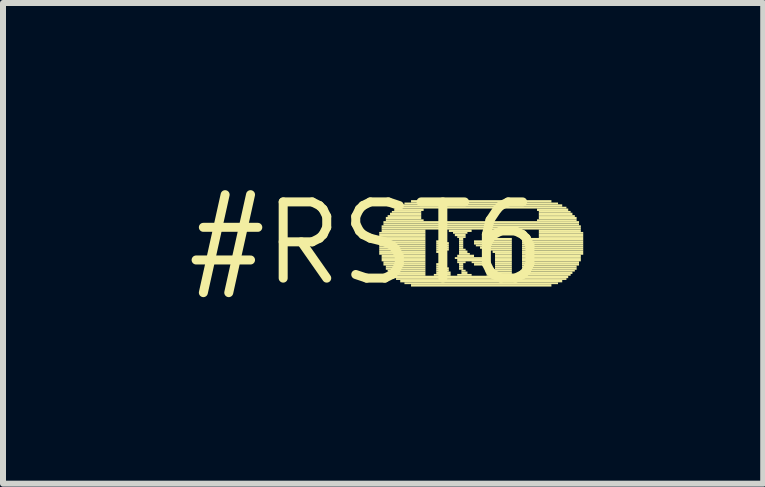
<source format=kicad_pcb>
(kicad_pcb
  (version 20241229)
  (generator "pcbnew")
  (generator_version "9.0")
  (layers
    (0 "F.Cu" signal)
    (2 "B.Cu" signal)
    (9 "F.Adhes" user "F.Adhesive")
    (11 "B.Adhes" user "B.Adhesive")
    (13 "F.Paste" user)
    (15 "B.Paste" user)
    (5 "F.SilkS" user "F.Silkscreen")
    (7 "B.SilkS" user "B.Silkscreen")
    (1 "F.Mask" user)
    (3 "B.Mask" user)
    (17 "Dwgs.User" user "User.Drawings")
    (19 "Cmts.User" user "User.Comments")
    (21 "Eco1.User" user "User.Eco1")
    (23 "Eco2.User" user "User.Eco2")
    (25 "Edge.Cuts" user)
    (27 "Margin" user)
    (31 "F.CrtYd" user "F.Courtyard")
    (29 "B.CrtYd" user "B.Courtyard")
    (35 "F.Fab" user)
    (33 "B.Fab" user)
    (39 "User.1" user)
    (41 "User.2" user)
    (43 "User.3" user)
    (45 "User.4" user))
  (footprint "#RST6"
    (layer "F.Cu")
    (at 3.061 1.006)
    (property "Reference" "#RST6" (at 0 0 0) (layer "F.SilkS") (effects (font (size 1.27 1.27) (thickness 0.15))))
    (fp_poly (pts (xy 0.21 -0.16) (xy 0.98 -0.16) (xy 0.98 -0.19) (xy 0.21 -0.19)) (stroke (width 0) (type default)) (fill yes) (layer "F.SilkS"))
    (fp_poly (pts (xy 0.21 -0.12) (xy 0.98 -0.12) (xy 0.98 -0.16) (xy 0.21 -0.16)) (stroke (width 0) (type default)) (fill yes) (layer "F.SilkS"))
    (fp_poly (pts (xy 0.21 -0.09) (xy 0.98 -0.09) (xy 0.98 -0.12) (xy 0.21 -0.12)) (stroke (width 0) (type default)) (fill yes) (layer "F.SilkS"))
    (fp_poly (pts (xy 0.21 -0.05) (xy 0.98 -0.05) (xy 0.98 -0.09) (xy 0.21 -0.09)) (stroke (width 0) (type default)) (fill yes) (layer "F.SilkS"))
    (fp_poly (pts (xy 0.21 -0.02) (xy 0.98 -0.02) (xy 0.98 -0.05) (xy 0.21 -0.05)) (stroke (width 0) (type default)) (fill yes) (layer "F.SilkS"))
    (fp_poly (pts (xy 0.21 0.02) (xy 0.98 0.02) (xy 0.98 -0.02) (xy 0.21 -0.02)) (stroke (width 0) (type default)) (fill yes) (layer "F.SilkS"))
    (fp_poly (pts (xy 0.21 0.05) (xy 0.98 0.05) (xy 0.98 0.02) (xy 0.21 0.02)) (stroke (width 0) (type default)) (fill yes) (layer "F.SilkS"))
    (fp_poly (pts (xy 0.21 0.09) (xy 0.98 0.09) (xy 0.98 0.05) (xy 0.21 0.05)) (stroke (width 0) (type default)) (fill yes) (layer "F.SilkS"))
    (fp_poly (pts (xy 0.21 0.12) (xy 0.98 0.12) (xy 0.98 0.09) (xy 0.21 0.09)) (stroke (width 0) (type default)) (fill yes) (layer "F.SilkS"))
    (fp_poly (pts (xy 0.21 0.16) (xy 0.98 0.16) (xy 0.98 0.12) (xy 0.21 0.12)) (stroke (width 0) (type default)) (fill yes) (layer "F.SilkS"))
    (fp_poly (pts (xy 0.21 0.19) (xy 0.98 0.19) (xy 0.98 0.16) (xy 0.21 0.16)) (stroke (width 0) (type default)) (fill yes) (layer "F.SilkS"))
    (fp_poly (pts (xy 0.25 -0.26) (xy 3.57 -0.26) (xy 3.57 -0.3) (xy 0.25 -0.3)) (stroke (width 0) (type default)) (fill yes) (layer "F.SilkS"))
    (fp_poly (pts (xy 0.25 -0.23) (xy 3.57 -0.23) (xy 3.57 -0.26) (xy 0.25 -0.26)) (stroke (width 0) (type default)) (fill yes) (layer "F.SilkS"))
    (fp_poly (pts (xy 0.25 -0.19) (xy 0.98 -0.19) (xy 0.98 -0.23) (xy 0.25 -0.23)) (stroke (width 0) (type default)) (fill yes) (layer "F.SilkS"))
    (fp_poly (pts (xy 0.25 0.23) (xy 0.98 0.23) (xy 0.98 0.19) (xy 0.25 0.19)) (stroke (width 0) (type default)) (fill yes) (layer "F.SilkS"))
    (fp_poly (pts (xy 0.25 0.26) (xy 0.98 0.26) (xy 0.98 0.23) (xy 0.25 0.23)) (stroke (width 0) (type default)) (fill yes) (layer "F.SilkS"))
    (fp_poly (pts (xy 0.25 0.3) (xy 0.98 0.3) (xy 0.98 0.26) (xy 0.25 0.26)) (stroke (width 0) (type default)) (fill yes) (layer "F.SilkS"))
    (fp_poly (pts (xy 0.28 -0.33) (xy 3.54 -0.33) (xy 3.54 -0.37) (xy 0.28 -0.37)) (stroke (width 0) (type default)) (fill yes) (layer "F.SilkS"))
    (fp_poly (pts (xy 0.28 -0.3) (xy 3.54 -0.3) (xy 3.54 -0.33) (xy 0.28 -0.33)) (stroke (width 0) (type default)) (fill yes) (layer "F.SilkS"))
    (fp_poly (pts (xy 0.28 0.33) (xy 0.98 0.33) (xy 0.98 0.3) (xy 0.28 0.3)) (stroke (width 0) (type default)) (fill yes) (layer "F.SilkS"))
    (fp_poly (pts (xy 0.28 0.37) (xy 0.98 0.37) (xy 0.98 0.33) (xy 0.28 0.33)) (stroke (width 0) (type default)) (fill yes) (layer "F.SilkS"))
    (fp_poly (pts (xy 0.32 -0.4) (xy 0.91 -0.4) (xy 0.91 -0.44) (xy 0.32 -0.44)) (stroke (width 0) (type default)) (fill yes) (layer "F.SilkS"))
    (fp_poly (pts (xy 0.32 -0.37) (xy 0.95 -0.37) (xy 0.95 -0.4) (xy 0.32 -0.4)) (stroke (width 0) (type default)) (fill yes) (layer "F.SilkS"))
    (fp_poly (pts (xy 0.32 0.4) (xy 0.98 0.4) (xy 0.98 0.37) (xy 0.32 0.37)) (stroke (width 0) (type default)) (fill yes) (layer "F.SilkS"))
    (fp_poly (pts (xy 0.32 0.44) (xy 0.98 0.44) (xy 0.98 0.4) (xy 0.32 0.4)) (stroke (width 0) (type default)) (fill yes) (layer "F.SilkS"))
    (fp_poly (pts (xy 0.35 -0.44) (xy 0.91 -0.44) (xy 0.91 -0.47) (xy 0.35 -0.47)) (stroke (width 0) (type default)) (fill yes) (layer "F.SilkS"))
    (fp_poly (pts (xy 0.35 0.47) (xy 0.98 0.47) (xy 0.98 0.44) (xy 0.35 0.44)) (stroke (width 0) (type default)) (fill yes) (layer "F.SilkS"))
    (fp_poly (pts (xy 0.39 -0.47) (xy 0.91 -0.47) (xy 0.91 -0.51) (xy 0.39 -0.51)) (stroke (width 0) (type default)) (fill yes) (layer "F.SilkS"))
    (fp_poly (pts (xy 0.39 0.51) (xy 0.98 0.51) (xy 0.98 0.47) (xy 0.39 0.47)) (stroke (width 0) (type default)) (fill yes) (layer "F.SilkS"))
    (fp_poly (pts (xy 0.42 -0.51) (xy 0.91 -0.51) (xy 0.91 -0.54) (xy 0.42 -0.54)) (stroke (width 0) (type default)) (fill yes) (layer "F.SilkS"))
    (fp_poly (pts (xy 0.42 0.54) (xy 0.98 0.54) (xy 0.98 0.51) (xy 0.42 0.51)) (stroke (width 0) (type default)) (fill yes) (layer "F.SilkS"))
    (fp_poly (pts (xy 0.46 -0.54) (xy 0.95 -0.54) (xy 0.95 -0.58) (xy 0.46 -0.58)) (stroke (width 0) (type default)) (fill yes) (layer "F.SilkS"))
    (fp_poly (pts (xy 0.46 0.58) (xy 3.36 0.58) (xy 3.36 0.54) (xy 0.46 0.54)) (stroke (width 0) (type default)) (fill yes) (layer "F.SilkS"))
    (fp_poly (pts (xy 0.49 -0.58) (xy 3.33 -0.58) (xy 3.33 -0.61) (xy 0.49 -0.61)) (stroke (width 0) (type default)) (fill yes) (layer "F.SilkS"))
    (fp_poly (pts (xy 0.49 0.61) (xy 3.33 0.61) (xy 3.33 0.58) (xy 0.49 0.58)) (stroke (width 0) (type default)) (fill yes) (layer "F.SilkS"))
    (fp_poly (pts (xy 0.56 -0.61) (xy 3.26 -0.61) (xy 3.26 -0.65) (xy 0.56 -0.65)) (stroke (width 0) (type default)) (fill yes) (layer "F.SilkS"))
    (fp_poly (pts (xy 0.56 0.65) (xy 3.26 0.65) (xy 3.26 0.61) (xy 0.56 0.61)) (stroke (width 0) (type default)) (fill yes) (layer "F.SilkS"))
    (fp_poly (pts (xy 0.63 -0.65) (xy 3.19 -0.65) (xy 3.19 -0.68) (xy 0.63 -0.68)) (stroke (width 0) (type default)) (fill yes) (layer "F.SilkS"))
    (fp_poly (pts (xy 0.63 0.68) (xy 3.19 0.68) (xy 3.19 0.65) (xy 0.63 0.65)) (stroke (width 0) (type default)) (fill yes) (layer "F.SilkS"))
    (fp_poly (pts (xy 0.74 -0.68) (xy 3.08 -0.68) (xy 3.08 -0.72) (xy 0.74 -0.72)) (stroke (width 0) (type default)) (fill yes) (layer "F.SilkS"))
    (fp_poly (pts (xy 0.74 0.72) (xy 3.08 0.72) (xy 3.08 0.68) (xy 0.74 0.68)) (stroke (width 0) (type default)) (fill yes) (layer "F.SilkS"))
    (fp_poly (pts (xy 1.12 0.54) (xy 1.4 0.54) (xy 1.4 0.51) (xy 1.12 0.51)) (stroke (width 0) (type default)) (fill yes) (layer "F.SilkS"))
    (fp_poly (pts (xy 1.16 -0.02) (xy 1.33 -0.02) (xy 1.33 -0.05) (xy 1.16 -0.05)) (stroke (width 0) (type default)) (fill yes) (layer "F.SilkS"))
    (fp_poly (pts (xy 1.16 0.02) (xy 1.37 0.02) (xy 1.37 -0.02) (xy 1.16 -0.02)) (stroke (width 0) (type default)) (fill yes) (layer "F.SilkS"))
    (fp_poly (pts (xy 1.16 0.05) (xy 1.37 0.05) (xy 1.37 0.02) (xy 1.16 0.02)) (stroke (width 0) (type default)) (fill yes) (layer "F.SilkS"))
    (fp_poly (pts (xy 1.16 0.09) (xy 1.37 0.09) (xy 1.37 0.05) (xy 1.16 0.05)) (stroke (width 0) (type default)) (fill yes) (layer "F.SilkS"))
    (fp_poly (pts (xy 1.16 0.12) (xy 1.37 0.12) (xy 1.37 0.09) (xy 1.16 0.09)) (stroke (width 0) (type default)) (fill yes) (layer "F.SilkS"))
    (fp_poly (pts (xy 1.16 0.16) (xy 1.33 0.16) (xy 1.33 0.12) (xy 1.16 0.12)) (stroke (width 0) (type default)) (fill yes) (layer "F.SilkS"))
    (fp_poly (pts (xy 1.16 0.37) (xy 1.33 0.37) (xy 1.33 0.33) (xy 1.16 0.33)) (stroke (width 0) (type default)) (fill yes) (layer "F.SilkS"))
    (fp_poly (pts (xy 1.16 0.4) (xy 1.33 0.4) (xy 1.33 0.37) (xy 1.16 0.37)) (stroke (width 0) (type default)) (fill yes) (layer "F.SilkS"))
    (fp_poly (pts (xy 1.16 0.44) (xy 1.37 0.44) (xy 1.37 0.4) (xy 1.16 0.4)) (stroke (width 0) (type default)) (fill yes) (layer "F.SilkS"))
    (fp_poly (pts (xy 1.16 0.47) (xy 1.37 0.47) (xy 1.37 0.44) (xy 1.16 0.44)) (stroke (width 0) (type default)) (fill yes) (layer "F.SilkS"))
    (fp_poly (pts (xy 1.16 0.51) (xy 1.4 0.51) (xy 1.4 0.47) (xy 1.16 0.47)) (stroke (width 0) (type default)) (fill yes) (layer "F.SilkS"))
    (fp_poly (pts (xy 1.37 -0.19) (xy 1.75 -0.19) (xy 1.75 -0.23) (xy 1.37 -0.23)) (stroke (width 0) (type default)) (fill yes) (layer "F.SilkS"))
    (fp_poly (pts (xy 1.44 -0.16) (xy 1.68 -0.16) (xy 1.68 -0.19) (xy 1.44 -0.19)) (stroke (width 0) (type default)) (fill yes) (layer "F.SilkS"))
    (fp_poly (pts (xy 1.47 -0.12) (xy 1.65 -0.12) (xy 1.65 -0.16) (xy 1.47 -0.16)) (stroke (width 0) (type default)) (fill yes) (layer "F.SilkS"))
    (fp_poly (pts (xy 1.47 0.26) (xy 1.93 0.26) (xy 1.93 0.23) (xy 1.47 0.23)) (stroke (width 0) (type default)) (fill yes) (layer "F.SilkS"))
    (fp_poly (pts (xy 1.51 -0.09) (xy 1.65 -0.09) (xy 1.65 -0.12) (xy 1.51 -0.12)) (stroke (width 0) (type default)) (fill yes) (layer "F.SilkS"))
    (fp_poly (pts (xy 1.51 0.23) (xy 1.79 0.23) (xy 1.79 0.19) (xy 1.51 0.19)) (stroke (width 0) (type default)) (fill yes) (layer "F.SilkS"))
    (fp_poly (pts (xy 1.51 0.3) (xy 1.96 0.3) (xy 1.96 0.26) (xy 1.51 0.26)) (stroke (width 0) (type default)) (fill yes) (layer "F.SilkS"))
    (fp_poly (pts (xy 1.51 0.33) (xy 1.65 0.33) (xy 1.65 0.3) (xy 1.51 0.3)) (stroke (width 0) (type default)) (fill yes) (layer "F.SilkS"))
    (fp_poly (pts (xy 1.51 0.54) (xy 1.75 0.54) (xy 1.75 0.51) (xy 1.51 0.51)) (stroke (width 0) (type default)) (fill yes) (layer "F.SilkS"))
    (fp_poly (pts (xy 1.54 -0.05) (xy 1.61 -0.05) (xy 1.61 -0.09) (xy 1.54 -0.09)) (stroke (width 0) (type default)) (fill yes) (layer "F.SilkS"))
    (fp_poly (pts (xy 1.54 -0.02) (xy 1.61 -0.02) (xy 1.61 -0.05) (xy 1.54 -0.05)) (stroke (width 0) (type default)) (fill yes) (layer "F.SilkS"))
    (fp_poly (pts (xy 1.54 0.02) (xy 1.61 0.02) (xy 1.61 -0.02) (xy 1.54 -0.02)) (stroke (width 0) (type default)) (fill yes) (layer "F.SilkS"))
    (fp_poly (pts (xy 1.54 0.05) (xy 1.61 0.05) (xy 1.61 0.02) (xy 1.54 0.02)) (stroke (width 0) (type default)) (fill yes) (layer "F.SilkS"))
    (fp_poly (pts (xy 1.54 0.09) (xy 1.61 0.09) (xy 1.61 0.05) (xy 1.54 0.05)) (stroke (width 0) (type default)) (fill yes) (layer "F.SilkS"))
    (fp_poly (pts (xy 1.54 0.12) (xy 1.65 0.12) (xy 1.65 0.09) (xy 1.54 0.09)) (stroke (width 0) (type default)) (fill yes) (layer "F.SilkS"))
    (fp_poly (pts (xy 1.54 0.16) (xy 1.68 0.16) (xy 1.68 0.12) (xy 1.54 0.12)) (stroke (width 0) (type default)) (fill yes) (layer "F.SilkS"))
    (fp_poly (pts (xy 1.54 0.19) (xy 1.72 0.19) (xy 1.72 0.16) (xy 1.54 0.16)) (stroke (width 0) (type default)) (fill yes) (layer "F.SilkS"))
    (fp_poly (pts (xy 1.54 0.37) (xy 1.61 0.37) (xy 1.61 0.33) (xy 1.54 0.33)) (stroke (width 0) (type default)) (fill yes) (layer "F.SilkS"))
    (fp_poly (pts (xy 1.54 0.4) (xy 1.61 0.4) (xy 1.61 0.37) (xy 1.54 0.37)) (stroke (width 0) (type default)) (fill yes) (layer "F.SilkS"))
    (fp_poly (pts (xy 1.54 0.44) (xy 1.61 0.44) (xy 1.61 0.4) (xy 1.54 0.4)) (stroke (width 0) (type default)) (fill yes) (layer "F.SilkS"))
    (fp_poly (pts (xy 1.58 0.47) (xy 1.65 0.47) (xy 1.65 0.44) (xy 1.58 0.44)) (stroke (width 0) (type default)) (fill yes) (layer "F.SilkS"))
    (fp_poly (pts (xy 1.58 0.51) (xy 1.68 0.51) (xy 1.68 0.47) (xy 1.58 0.47)) (stroke (width 0) (type default)) (fill yes) (layer "F.SilkS"))
    (fp_poly (pts (xy 1.75 0.33) (xy 1.96 0.33) (xy 1.96 0.3) (xy 1.75 0.3)) (stroke (width 0) (type default)) (fill yes) (layer "F.SilkS"))
    (fp_poly (pts (xy 1.79 -0.02) (xy 1.96 -0.02) (xy 1.96 -0.05) (xy 1.79 -0.05)) (stroke (width 0) (type default)) (fill yes) (layer "F.SilkS"))
    (fp_poly (pts (xy 1.79 0.02) (xy 2.42 0.02) (xy 2.42 -0.02) (xy 1.79 -0.02)) (stroke (width 0) (type default)) (fill yes) (layer "F.SilkS"))
    (fp_poly (pts (xy 1.79 0.37) (xy 1.96 0.37) (xy 1.96 0.33) (xy 1.79 0.33)) (stroke (width 0) (type default)) (fill yes) (layer "F.SilkS"))
    (fp_poly (pts (xy 1.82 0.05) (xy 2.42 0.05) (xy 2.42 0.02) (xy 1.82 0.02)) (stroke (width 0) (type default)) (fill yes) (layer "F.SilkS"))
    (fp_poly (pts (xy 1.89 0.09) (xy 2.42 0.09) (xy 2.42 0.05) (xy 1.89 0.05)) (stroke (width 0) (type default)) (fill yes) (layer "F.SilkS"))
    (fp_poly (pts (xy 2 0.54) (xy 2.45 0.54) (xy 2.45 0.51) (xy 2 0.51)) (stroke (width 0) (type default)) (fill yes) (layer "F.SilkS"))
    (fp_poly (pts (xy 2.03 -0.19) (xy 2.17 -0.19) (xy 2.17 -0.23) (xy 2.03 -0.23)) (stroke (width 0) (type default)) (fill yes) (layer "F.SilkS"))
    (fp_poly (pts (xy 2.03 0.12) (xy 2.42 0.12) (xy 2.42 0.09) (xy 2.03 0.09)) (stroke (width 0) (type default)) (fill yes) (layer "F.SilkS"))
    (fp_poly (pts (xy 2.07 -0.16) (xy 2.14 -0.16) (xy 2.14 -0.19) (xy 2.07 -0.19)) (stroke (width 0) (type default)) (fill yes) (layer "F.SilkS"))
    (fp_poly (pts (xy 2.07 -0.02) (xy 2.42 -0.02) (xy 2.42 -0.05) (xy 2.07 -0.05)) (stroke (width 0) (type default)) (fill yes) (layer "F.SilkS"))
    (fp_poly (pts (xy 2.07 0.51) (xy 2.42 0.51) (xy 2.42 0.47) (xy 2.07 0.47)) (stroke (width 0) (type default)) (fill yes) (layer "F.SilkS"))
    (fp_poly (pts (xy 2.1 -0.12) (xy 2.14 -0.12) (xy 2.14 -0.16) (xy 2.1 -0.16)) (stroke (width 0) (type default)) (fill yes) (layer "F.SilkS"))
    (fp_poly (pts (xy 2.1 -0.09) (xy 2.17 -0.09) (xy 2.17 -0.12) (xy 2.1 -0.12)) (stroke (width 0) (type default)) (fill yes) (layer "F.SilkS"))
    (fp_poly (pts (xy 2.1 -0.05) (xy 2.42 -0.05) (xy 2.42 -0.09) (xy 2.1 -0.09)) (stroke (width 0) (type default)) (fill yes) (layer "F.SilkS"))
    (fp_poly (pts (xy 2.1 0.16) (xy 2.42 0.16) (xy 2.42 0.12) (xy 2.1 0.12)) (stroke (width 0) (type default)) (fill yes) (layer "F.SilkS"))
    (fp_poly (pts (xy 2.1 0.47) (xy 2.42 0.47) (xy 2.42 0.44) (xy 2.1 0.44)) (stroke (width 0) (type default)) (fill yes) (layer "F.SilkS"))
    (fp_poly (pts (xy 2.14 0.19) (xy 2.42 0.19) (xy 2.42 0.16) (xy 2.14 0.16)) (stroke (width 0) (type default)) (fill yes) (layer "F.SilkS"))
    (fp_poly (pts (xy 2.14 0.23) (xy 2.42 0.23) (xy 2.42 0.19) (xy 2.14 0.19)) (stroke (width 0) (type default)) (fill yes) (layer "F.SilkS"))
    (fp_poly (pts (xy 2.14 0.26) (xy 2.42 0.26) (xy 2.42 0.23) (xy 2.14 0.23)) (stroke (width 0) (type default)) (fill yes) (layer "F.SilkS"))
    (fp_poly (pts (xy 2.14 0.3) (xy 2.42 0.3) (xy 2.42 0.26) (xy 2.14 0.26)) (stroke (width 0) (type default)) (fill yes) (layer "F.SilkS"))
    (fp_poly (pts (xy 2.14 0.33) (xy 2.42 0.33) (xy 2.42 0.3) (xy 2.14 0.3)) (stroke (width 0) (type default)) (fill yes) (layer "F.SilkS"))
    (fp_poly (pts (xy 2.14 0.37) (xy 2.42 0.37) (xy 2.42 0.33) (xy 2.14 0.33)) (stroke (width 0) (type default)) (fill yes) (layer "F.SilkS"))
    (fp_poly (pts (xy 2.14 0.4) (xy 2.42 0.4) (xy 2.42 0.37) (xy 2.14 0.37)) (stroke (width 0) (type default)) (fill yes) (layer "F.SilkS"))
    (fp_poly (pts (xy 2.14 0.44) (xy 2.42 0.44) (xy 2.42 0.4) (xy 2.14 0.4)) (stroke (width 0) (type default)) (fill yes) (layer "F.SilkS"))
    (fp_poly (pts (xy 2.59 -0.02) (xy 3.61 -0.02) (xy 3.61 -0.05) (xy 2.59 -0.05)) (stroke (width 0) (type default)) (fill yes) (layer "F.SilkS"))
    (fp_poly (pts (xy 2.59 0.02) (xy 3.61 0.02) (xy 3.61 -0.02) (xy 2.59 -0.02)) (stroke (width 0) (type default)) (fill yes) (layer "F.SilkS"))
    (fp_poly (pts (xy 2.59 0.05) (xy 3.61 0.05) (xy 3.61 0.02) (xy 2.59 0.02)) (stroke (width 0) (type default)) (fill yes) (layer "F.SilkS"))
    (fp_poly (pts (xy 2.59 0.09) (xy 3.61 0.09) (xy 3.61 0.05) (xy 2.59 0.05)) (stroke (width 0) (type default)) (fill yes) (layer "F.SilkS"))
    (fp_poly (pts (xy 2.59 0.12) (xy 3.61 0.12) (xy 3.61 0.09) (xy 2.59 0.09)) (stroke (width 0) (type default)) (fill yes) (layer "F.SilkS"))
    (fp_poly (pts (xy 2.59 0.16) (xy 3.61 0.16) (xy 3.61 0.12) (xy 2.59 0.12)) (stroke (width 0) (type default)) (fill yes) (layer "F.SilkS"))
    (fp_poly (pts (xy 2.59 0.19) (xy 3.61 0.19) (xy 3.61 0.16) (xy 2.59 0.16)) (stroke (width 0) (type default)) (fill yes) (layer "F.SilkS"))
    (fp_poly (pts (xy 2.59 0.23) (xy 3.57 0.23) (xy 3.57 0.19) (xy 2.59 0.19)) (stroke (width 0) (type default)) (fill yes) (layer "F.SilkS"))
    (fp_poly (pts (xy 2.59 0.26) (xy 3.57 0.26) (xy 3.57 0.23) (xy 2.59 0.23)) (stroke (width 0) (type default)) (fill yes) (layer "F.SilkS"))
    (fp_poly (pts (xy 2.59 0.3) (xy 3.57 0.3) (xy 3.57 0.26) (xy 2.59 0.26)) (stroke (width 0) (type default)) (fill yes) (layer "F.SilkS"))
    (fp_poly (pts (xy 2.59 0.33) (xy 3.54 0.33) (xy 3.54 0.3) (xy 2.59 0.3)) (stroke (width 0) (type default)) (fill yes) (layer "F.SilkS"))
    (fp_poly (pts (xy 2.59 0.37) (xy 3.54 0.37) (xy 3.54 0.33) (xy 2.59 0.33)) (stroke (width 0) (type default)) (fill yes) (layer "F.SilkS"))
    (fp_poly (pts (xy 2.59 0.4) (xy 3.5 0.4) (xy 3.5 0.37) (xy 2.59 0.37)) (stroke (width 0) (type default)) (fill yes) (layer "F.SilkS"))
    (fp_poly (pts (xy 2.59 0.44) (xy 3.5 0.44) (xy 3.5 0.4) (xy 2.59 0.4)) (stroke (width 0) (type default)) (fill yes) (layer "F.SilkS"))
    (fp_poly (pts (xy 2.59 0.47) (xy 3.47 0.47) (xy 3.47 0.44) (xy 2.59 0.44)) (stroke (width 0) (type default)) (fill yes) (layer "F.SilkS"))
    (fp_poly (pts (xy 2.59 0.51) (xy 3.43 0.51) (xy 3.43 0.47) (xy 2.59 0.47)) (stroke (width 0) (type default)) (fill yes) (layer "F.SilkS"))
    (fp_poly (pts (xy 2.59 0.54) (xy 3.4 0.54) (xy 3.4 0.51) (xy 2.59 0.51)) (stroke (width 0) (type default)) (fill yes) (layer "F.SilkS"))
    (fp_poly (pts (xy 2.63 -0.05) (xy 3.61 -0.05) (xy 3.61 -0.09) (xy 2.63 -0.09)) (stroke (width 0) (type default)) (fill yes) (layer "F.SilkS"))
    (fp_poly (pts (xy 2.84 -0.54) (xy 3.36 -0.54) (xy 3.36 -0.58) (xy 2.84 -0.58)) (stroke (width 0) (type default)) (fill yes) (layer "F.SilkS"))
    (fp_poly (pts (xy 2.84 -0.37) (xy 3.5 -0.37) (xy 3.5 -0.4) (xy 2.84 -0.4)) (stroke (width 0) (type default)) (fill yes) (layer "F.SilkS"))
    (fp_poly (pts (xy 2.87 -0.51) (xy 3.4 -0.51) (xy 3.4 -0.54) (xy 2.87 -0.54)) (stroke (width 0) (type default)) (fill yes) (layer "F.SilkS"))
    (fp_poly (pts (xy 2.87 -0.47) (xy 3.43 -0.47) (xy 3.43 -0.51) (xy 2.87 -0.51)) (stroke (width 0) (type default)) (fill yes) (layer "F.SilkS"))
    (fp_poly (pts (xy 2.87 -0.44) (xy 3.47 -0.44) (xy 3.47 -0.47) (xy 2.87 -0.47)) (stroke (width 0) (type default)) (fill yes) (layer "F.SilkS"))
    (fp_poly (pts (xy 2.87 -0.4) (xy 3.5 -0.4) (xy 3.5 -0.44) (xy 2.87 -0.44)) (stroke (width 0) (type default)) (fill yes) (layer "F.SilkS"))
    (fp_poly (pts (xy 2.87 -0.19) (xy 3.57 -0.19) (xy 3.57 -0.23) (xy 2.87 -0.23)) (stroke (width 0) (type default)) (fill yes) (layer "F.SilkS"))
    (fp_poly (pts (xy 2.87 -0.16) (xy 3.61 -0.16) (xy 3.61 -0.19) (xy 2.87 -0.19)) (stroke (width 0) (type default)) (fill yes) (layer "F.SilkS"))
    (fp_poly (pts (xy 2.87 -0.12) (xy 3.61 -0.12) (xy 3.61 -0.16) (xy 2.87 -0.16)) (stroke (width 0) (type default)) (fill yes) (layer "F.SilkS"))
    (fp_poly (pts (xy 2.87 -0.09) (xy 3.61 -0.09) (xy 3.61 -0.12) (xy 2.87 -0.12)) (stroke (width 0) (type default)) (fill yes) (layer "F.SilkS")))
  (gr_rect
    (start -3 -3)
    (end 9.671 5.012)
    (stroke (width 0.1) (type default))
    (fill no)
    (layer "Edge.Cuts")))
</source>
